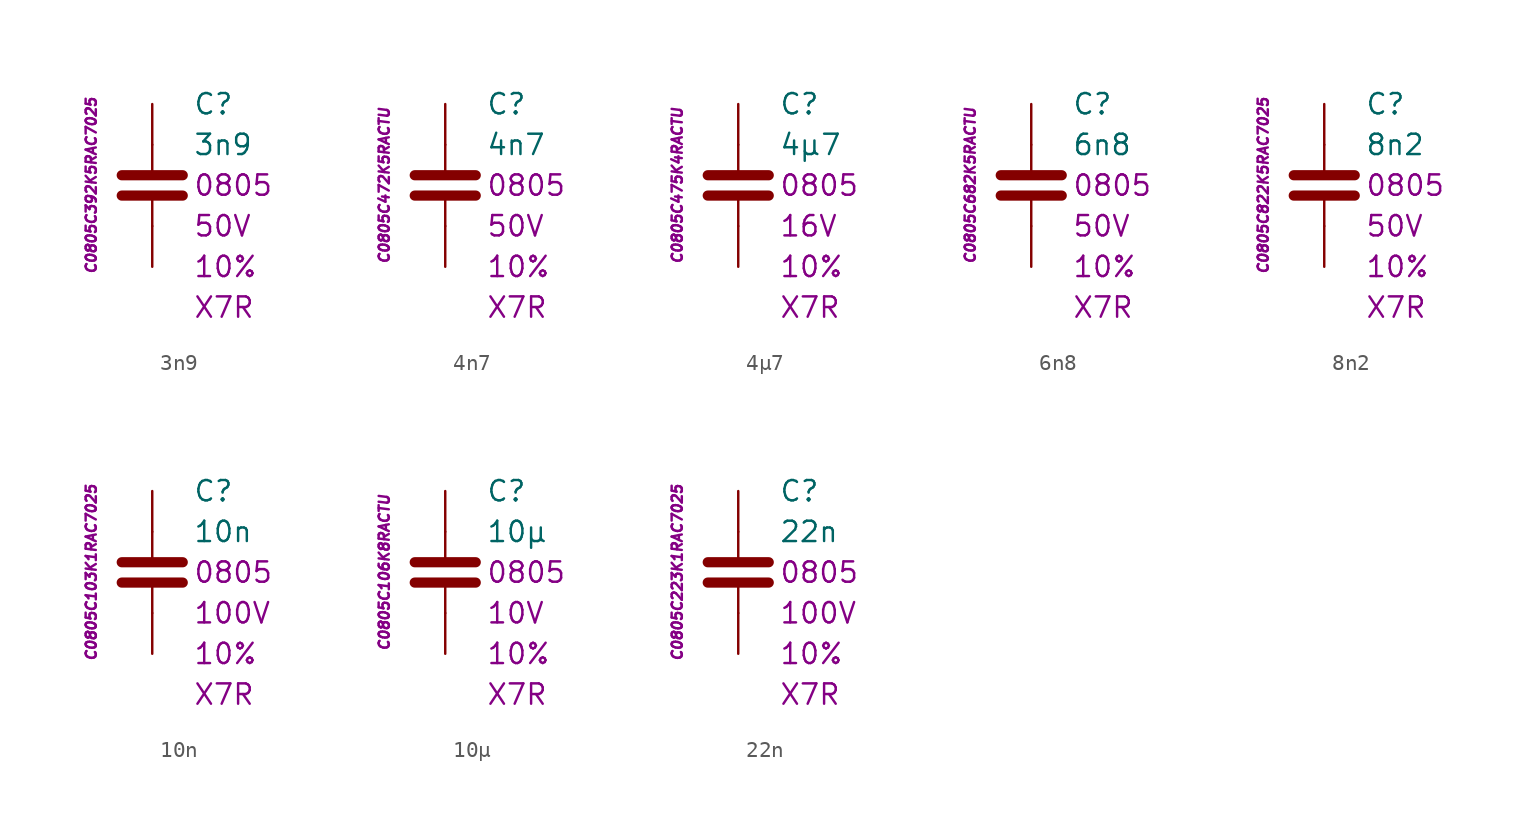
<source format=kicad_sym>
(kicad_symbol_lib
  (version 20201005)
  (generator kicad_symbol_editor)
  (symbol "C.Kemet.MLCC.0805.X7R:3n9"
    (pin_numbers hide)
    (pin_names
      (offset 1.016) hide)
    (property "Reference" "C"
      (at 2.54 5.08 0)
      (effects (font (size 1.27 1.27)) (justify left)))
    (property "Value" "3n9"
      (at 2.54 2.54 0)
      (effects (font (size 1.27 1.27)) (justify left)))
    (property "Package" "0805"
      (at 2.54 0 0)
      (effects (font (size 1.27 1.27)) (justify left)))
    (property "Voltage" "50V"
      (at 2.54 -2.54 0)
      (effects (font (size 1.27 1.27)) (justify left)))
    (property "Tolerance" "10%"
      (at 2.54 -5.08 0)
      (effects (font (size 1.27 1.27)) (justify left)))
    (property "Dielectric" "X7R"
      (at 2.54 -7.62 0)
      (effects (font (size 1.27 1.27)) (justify left)))
    (property "MPN" "C0805C392K5RAC7025"
      (at -3.81 0 90)
      (effects (font (size 0.635 0.635) italic)))
    (symbol "3n9_0_1"
      (polyline (pts (xy -1.905 -0.635) (xy 1.905 -0.635)) (stroke (width 0.635)) (fill (type none)))
      (polyline (pts (xy -1.905 0.635) (xy 1.905 0.635)) (stroke (width 0.635)) (fill (type none)))
      (polyline (pts (xy 0 -2.54) (xy 0 -0.635)) (stroke (width 0.152)) (fill (type none)))
      (polyline (pts (xy 0 0.635) (xy 0 2.54)) (stroke (width 0.152)) (fill (type none))))
    (symbol "3n9_1_1"
      (pin passive line (at 0 5.08 270) (length 2.54) (name "~" (effects (font (size 1.778 1.778)))) (number "1" (effects (font (size 1.778 1.778)))))
      (pin passive line (at 0 -5.08 90) (length 2.54) (name "~" (effects (font (size 1.778 1.778)))) (number "2" (effects (font (size 1.778 1.778)))))))
  (symbol "C.Kemet.MLCC.0805.X7R:4n7"
    (pin_numbers hide)
    (pin_names
      (offset 1.016) hide)
    (property "Reference" "C"
      (at 2.54 5.08 0)
      (effects (font (size 1.27 1.27)) (justify left)))
    (property "Value" "4n7"
      (at 2.54 2.54 0)
      (effects (font (size 1.27 1.27)) (justify left)))
    (property "Package" "0805"
      (at 2.54 0 0)
      (effects (font (size 1.27 1.27)) (justify left)))
    (property "Voltage" "50V"
      (at 2.54 -2.54 0)
      (effects (font (size 1.27 1.27)) (justify left)))
    (property "Tolerance" "10%"
      (at 2.54 -5.08 0)
      (effects (font (size 1.27 1.27)) (justify left)))
    (property "Dielectric" "X7R"
      (at 2.54 -7.62 0)
      (effects (font (size 1.27 1.27)) (justify left)))
    (property "MPN" "C0805C472K5RACTU"
      (at -3.81 0 90)
      (effects (font (size 0.635 0.635) italic)))
    (symbol "4n7_0_1"
      (polyline (pts (xy -1.905 -0.635) (xy 1.905 -0.635)) (stroke (width 0.635)) (fill (type none)))
      (polyline (pts (xy -1.905 0.635) (xy 1.905 0.635)) (stroke (width 0.635)) (fill (type none)))
      (polyline (pts (xy 0 -2.54) (xy 0 -0.635)) (stroke (width 0.152)) (fill (type none)))
      (polyline (pts (xy 0 0.635) (xy 0 2.54)) (stroke (width 0.152)) (fill (type none))))
    (symbol "4n7_1_1"
      (pin passive line (at 0 5.08 270) (length 2.54) (name "~" (effects (font (size 1.778 1.778)))) (number "1" (effects (font (size 1.778 1.778)))))
      (pin passive line (at 0 -5.08 90) (length 2.54) (name "~" (effects (font (size 1.778 1.778)))) (number "2" (effects (font (size 1.778 1.778)))))))
  (symbol "C.Kemet.MLCC.0805.X7R:4µ7"
    (pin_numbers hide)
    (pin_names
      (offset 1.016) hide)
    (property "Reference" "C"
      (at 2.54 5.08 0)
      (effects (font (size 1.27 1.27)) (justify left)))
    (property "Value" "4µ7"
      (at 2.54 2.54 0)
      (effects (font (size 1.27 1.27)) (justify left)))
    (property "Package" "0805"
      (at 2.54 0 0)
      (effects (font (size 1.27 1.27)) (justify left)))
    (property "Voltage" "16V"
      (at 2.54 -2.54 0)
      (effects (font (size 1.27 1.27)) (justify left)))
    (property "Tolerance" "10%"
      (at 2.54 -5.08 0)
      (effects (font (size 1.27 1.27)) (justify left)))
    (property "Dielectric" "X7R"
      (at 2.54 -7.62 0)
      (effects (font (size 1.27 1.27)) (justify left)))
    (property "MPN" "C0805C475K4RACTU"
      (at -3.81 0 90)
      (effects (font (size 0.635 0.635) italic)))
    (symbol "4µ7_0_1"
      (polyline (pts (xy -1.905 -0.635) (xy 1.905 -0.635)) (stroke (width 0.635)) (fill (type none)))
      (polyline (pts (xy -1.905 0.635) (xy 1.905 0.635)) (stroke (width 0.635)) (fill (type none)))
      (polyline (pts (xy 0 -2.54) (xy 0 -0.635)) (stroke (width 0.152)) (fill (type none)))
      (polyline (pts (xy 0 0.635) (xy 0 2.54)) (stroke (width 0.152)) (fill (type none))))
    (symbol "4µ7_1_1"
      (pin passive line (at 0 5.08 270) (length 2.54) (name "~" (effects (font (size 1.778 1.778)))) (number "1" (effects (font (size 1.778 1.778)))))
      (pin passive line (at 0 -5.08 90) (length 2.54) (name "~" (effects (font (size 1.778 1.778)))) (number "2" (effects (font (size 1.778 1.778)))))))
  (symbol "C.Kemet.MLCC.0805.X7R:6n8"
    (pin_numbers hide)
    (pin_names
      (offset 1.016) hide)
    (property "Reference" "C"
      (at 2.54 5.08 0)
      (effects (font (size 1.27 1.27)) (justify left)))
    (property "Value" "6n8"
      (at 2.54 2.54 0)
      (effects (font (size 1.27 1.27)) (justify left)))
    (property "Package" "0805"
      (at 2.54 0 0)
      (effects (font (size 1.27 1.27)) (justify left)))
    (property "Voltage" "50V"
      (at 2.54 -2.54 0)
      (effects (font (size 1.27 1.27)) (justify left)))
    (property "Tolerance" "10%"
      (at 2.54 -5.08 0)
      (effects (font (size 1.27 1.27)) (justify left)))
    (property "Dielectric" "X7R"
      (at 2.54 -7.62 0)
      (effects (font (size 1.27 1.27)) (justify left)))
    (property "MPN" "C0805C682K5RACTU"
      (at -3.81 0 90)
      (effects (font (size 0.635 0.635) italic)))
    (symbol "6n8_0_1"
      (polyline (pts (xy -1.905 -0.635) (xy 1.905 -0.635)) (stroke (width 0.635)) (fill (type none)))
      (polyline (pts (xy -1.905 0.635) (xy 1.905 0.635)) (stroke (width 0.635)) (fill (type none)))
      (polyline (pts (xy 0 -2.54) (xy 0 -0.635)) (stroke (width 0.152)) (fill (type none)))
      (polyline (pts (xy 0 0.635) (xy 0 2.54)) (stroke (width 0.152)) (fill (type none))))
    (symbol "6n8_1_1"
      (pin passive line (at 0 5.08 270) (length 2.54) (name "~" (effects (font (size 1.778 1.778)))) (number "1" (effects (font (size 1.778 1.778)))))
      (pin passive line (at 0 -5.08 90) (length 2.54) (name "~" (effects (font (size 1.778 1.778)))) (number "2" (effects (font (size 1.778 1.778)))))))
  (symbol "C.Kemet.MLCC.0805.X7R:8n2"
    (pin_numbers hide)
    (pin_names
      (offset 1.016) hide)
    (property "Reference" "C"
      (at 2.54 5.08 0)
      (effects (font (size 1.27 1.27)) (justify left)))
    (property "Value" "8n2"
      (at 2.54 2.54 0)
      (effects (font (size 1.27 1.27)) (justify left)))
    (property "Package" "0805"
      (at 2.54 0 0)
      (effects (font (size 1.27 1.27)) (justify left)))
    (property "Voltage" "50V"
      (at 2.54 -2.54 0)
      (effects (font (size 1.27 1.27)) (justify left)))
    (property "Tolerance" "10%"
      (at 2.54 -5.08 0)
      (effects (font (size 1.27 1.27)) (justify left)))
    (property "Dielectric" "X7R"
      (at 2.54 -7.62 0)
      (effects (font (size 1.27 1.27)) (justify left)))
    (property "MPN" "C0805C822K5RAC7025"
      (at -3.81 0 90)
      (effects (font (size 0.635 0.635) italic)))
    (symbol "8n2_0_1"
      (polyline (pts (xy -1.905 -0.635) (xy 1.905 -0.635)) (stroke (width 0.635)) (fill (type none)))
      (polyline (pts (xy -1.905 0.635) (xy 1.905 0.635)) (stroke (width 0.635)) (fill (type none)))
      (polyline (pts (xy 0 -2.54) (xy 0 -0.635)) (stroke (width 0.152)) (fill (type none)))
      (polyline (pts (xy 0 0.635) (xy 0 2.54)) (stroke (width 0.152)) (fill (type none))))
    (symbol "8n2_1_1"
      (pin passive line (at 0 5.08 270) (length 2.54) (name "~" (effects (font (size 1.778 1.778)))) (number "1" (effects (font (size 1.778 1.778)))))
      (pin passive line (at 0 -5.08 90) (length 2.54) (name "~" (effects (font (size 1.778 1.778)))) (number "2" (effects (font (size 1.778 1.778)))))))
  (symbol "C.Kemet.MLCC.0805.X7R:10n"
    (pin_numbers hide)
    (pin_names
      (offset 1.016) hide)
    (property "Reference" "C"
      (at 2.54 5.08 0)
      (effects (font (size 1.27 1.27)) (justify left)))
    (property "Value" "10n"
      (at 2.54 2.54 0)
      (effects (font (size 1.27 1.27)) (justify left)))
    (property "Package" "0805"
      (at 2.54 0 0)
      (effects (font (size 1.27 1.27)) (justify left)))
    (property "Voltage" "100V"
      (at 2.54 -2.54 0)
      (effects (font (size 1.27 1.27)) (justify left)))
    (property "Tolerance" "10%"
      (at 2.54 -5.08 0)
      (effects (font (size 1.27 1.27)) (justify left)))
    (property "Dielectric" "X7R"
      (at 2.54 -7.62 0)
      (effects (font (size 1.27 1.27)) (justify left)))
    (property "MPN" "C0805C103K1RAC7025"
      (at -3.81 0 90)
      (effects (font (size 0.635 0.635) italic)))
    (symbol "10n_0_1"
      (polyline (pts (xy -1.905 -0.635) (xy 1.905 -0.635)) (stroke (width 0.635)) (fill (type none)))
      (polyline (pts (xy -1.905 0.635) (xy 1.905 0.635)) (stroke (width 0.635)) (fill (type none)))
      (polyline (pts (xy 0 -2.54) (xy 0 -0.635)) (stroke (width 0.152)) (fill (type none)))
      (polyline (pts (xy 0 0.635) (xy 0 2.54)) (stroke (width 0.152)) (fill (type none))))
    (symbol "10n_1_1"
      (pin passive line (at 0 5.08 270) (length 2.54) (name "~" (effects (font (size 1.778 1.778)))) (number "1" (effects (font (size 1.778 1.778)))))
      (pin passive line (at 0 -5.08 90) (length 2.54) (name "~" (effects (font (size 1.778 1.778)))) (number "2" (effects (font (size 1.778 1.778)))))))
  (symbol "C.Kemet.MLCC.0805.X7R:10µ"
    (pin_numbers hide)
    (pin_names
      (offset 1.016) hide)
    (property "Reference" "C"
      (at 2.54 5.08 0)
      (effects (font (size 1.27 1.27)) (justify left)))
    (property "Value" "10µ"
      (at 2.54 2.54 0)
      (effects (font (size 1.27 1.27)) (justify left)))
    (property "Package" "0805"
      (at 2.54 0 0)
      (effects (font (size 1.27 1.27)) (justify left)))
    (property "Voltage" "10V"
      (at 2.54 -2.54 0)
      (effects (font (size 1.27 1.27)) (justify left)))
    (property "Tolerance" "10%"
      (at 2.54 -5.08 0)
      (effects (font (size 1.27 1.27)) (justify left)))
    (property "Dielectric" "X7R"
      (at 2.54 -7.62 0)
      (effects (font (size 1.27 1.27)) (justify left)))
    (property "MPN" "C0805C106K8RACTU"
      (at -3.81 0 90)
      (effects (font (size 0.635 0.635) italic)))
    (symbol "10µ_0_1"
      (polyline (pts (xy -1.905 -0.635) (xy 1.905 -0.635)) (stroke (width 0.635)) (fill (type none)))
      (polyline (pts (xy -1.905 0.635) (xy 1.905 0.635)) (stroke (width 0.635)) (fill (type none)))
      (polyline (pts (xy 0 -2.54) (xy 0 -0.635)) (stroke (width 0.152)) (fill (type none)))
      (polyline (pts (xy 0 0.635) (xy 0 2.54)) (stroke (width 0.152)) (fill (type none))))
    (symbol "10µ_1_1"
      (pin passive line (at 0 5.08 270) (length 2.54) (name "~" (effects (font (size 1.778 1.778)))) (number "1" (effects (font (size 1.778 1.778)))))
      (pin passive line (at 0 -5.08 90) (length 2.54) (name "~" (effects (font (size 1.778 1.778)))) (number "2" (effects (font (size 1.778 1.778)))))))
  (symbol "C.Kemet.MLCC.0805.X7R:22n"
    (pin_numbers hide)
    (pin_names
      (offset 1.016) hide)
    (property "Reference" "C"
      (at 2.54 5.08 0)
      (effects (font (size 1.27 1.27)) (justify left)))
    (property "Value" "22n"
      (at 2.54 2.54 0)
      (effects (font (size 1.27 1.27)) (justify left)))
    (property "Package" "0805"
      (at 2.54 0 0)
      (effects (font (size 1.27 1.27)) (justify left)))
    (property "Voltage" "100V"
      (at 2.54 -2.54 0)
      (effects (font (size 1.27 1.27)) (justify left)))
    (property "Tolerance" "10%"
      (at 2.54 -5.08 0)
      (effects (font (size 1.27 1.27)) (justify left)))
    (property "Dielectric" "X7R"
      (at 2.54 -7.62 0)
      (effects (font (size 1.27 1.27)) (justify left)))
    (property "MPN" "C0805C223K1RAC7025"
      (at -3.81 0 90)
      (effects (font (size 0.635 0.635) italic)))
    (symbol "22n_0_1"
      (polyline (pts (xy -1.905 -0.635) (xy 1.905 -0.635)) (stroke (width 0.635)) (fill (type none)))
      (polyline (pts (xy -1.905 0.635) (xy 1.905 0.635)) (stroke (width 0.635)) (fill (type none)))
      (polyline (pts (xy 0 -2.54) (xy 0 -0.635)) (stroke (width 0.152)) (fill (type none)))
      (polyline (pts (xy 0 0.635) (xy 0 2.54)) (stroke (width 0.152)) (fill (type none))))
    (symbol "22n_1_1"
      (pin passive line (at 0 5.08 270) (length 2.54) (name "~" (effects (font (size 1.778 1.778)))) (number "1" (effects (font (size 1.778 1.778)))))
      (pin passive line (at 0 -5.08 90) (length 2.54) (name "~" (effects (font (size 1.778 1.778)))) (number "2" (effects (font (size 1.778 1.778))))))))
</source>
